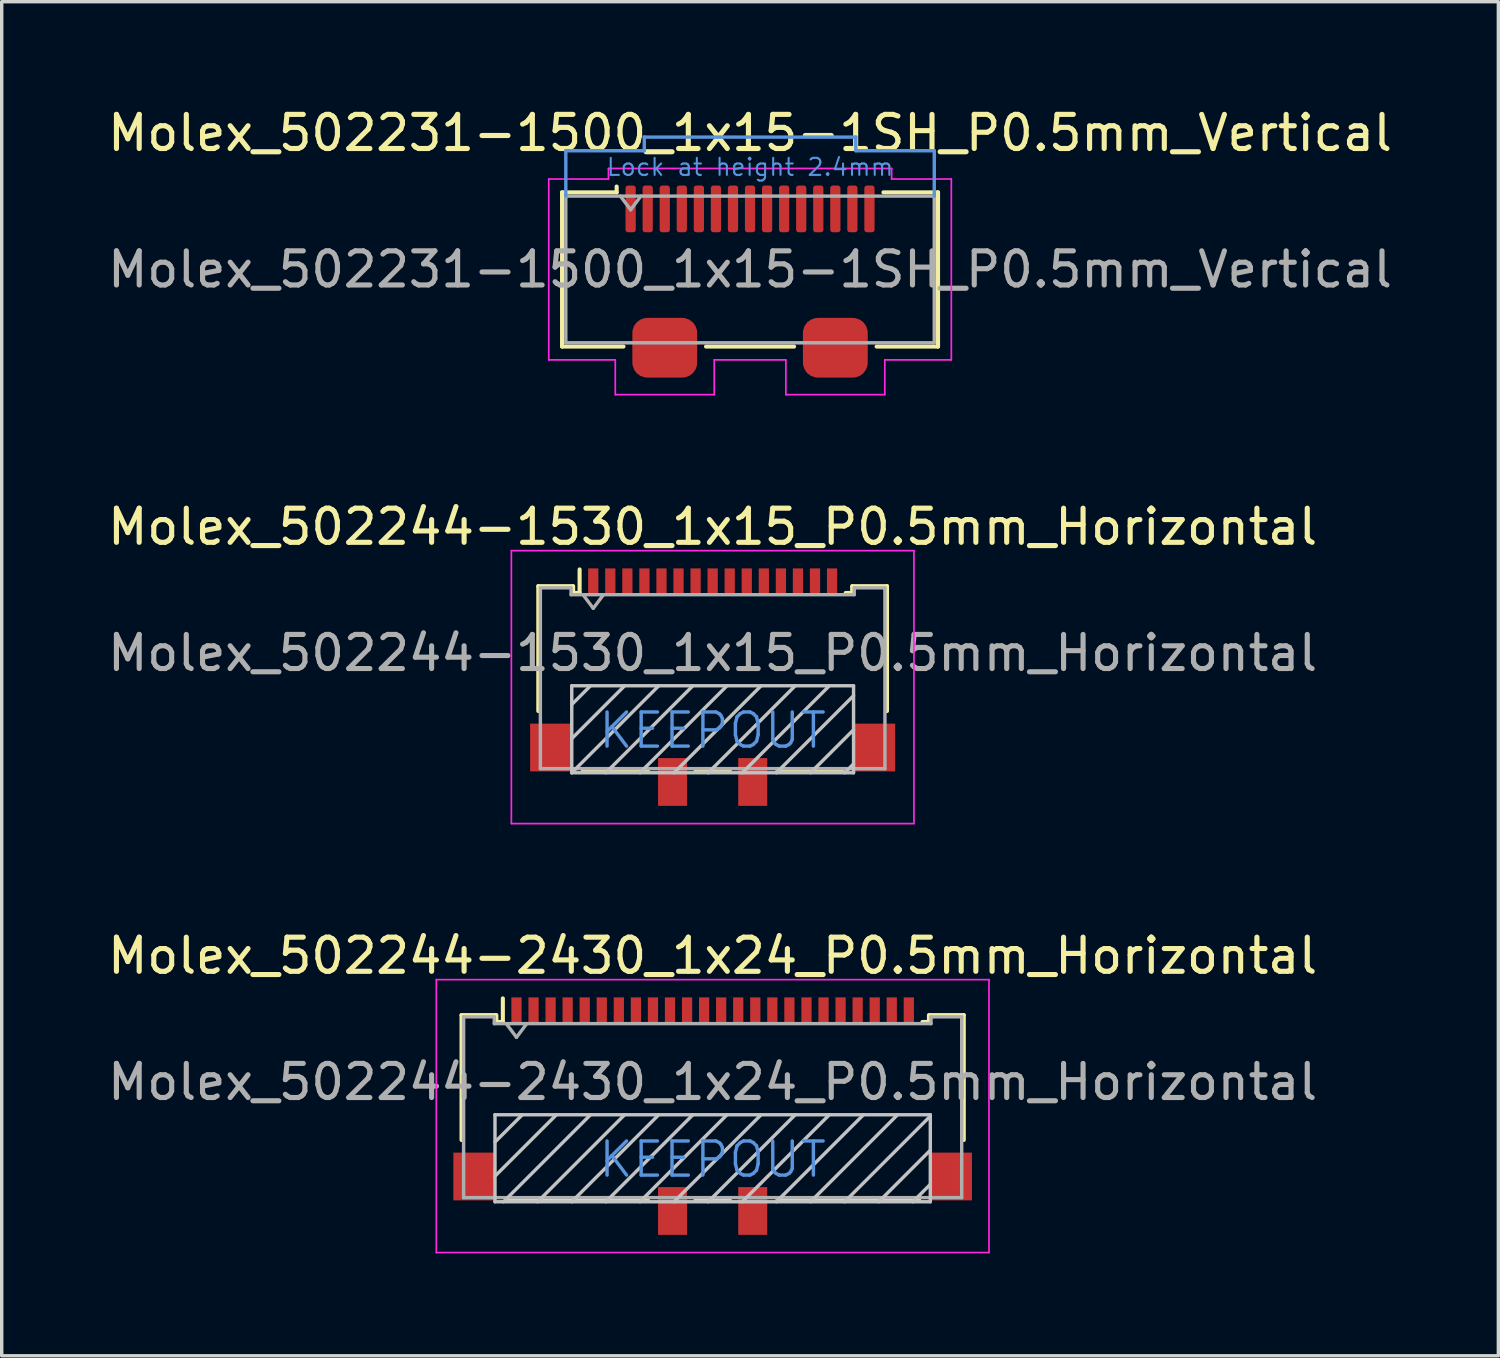
<source format=kicad_pcb>
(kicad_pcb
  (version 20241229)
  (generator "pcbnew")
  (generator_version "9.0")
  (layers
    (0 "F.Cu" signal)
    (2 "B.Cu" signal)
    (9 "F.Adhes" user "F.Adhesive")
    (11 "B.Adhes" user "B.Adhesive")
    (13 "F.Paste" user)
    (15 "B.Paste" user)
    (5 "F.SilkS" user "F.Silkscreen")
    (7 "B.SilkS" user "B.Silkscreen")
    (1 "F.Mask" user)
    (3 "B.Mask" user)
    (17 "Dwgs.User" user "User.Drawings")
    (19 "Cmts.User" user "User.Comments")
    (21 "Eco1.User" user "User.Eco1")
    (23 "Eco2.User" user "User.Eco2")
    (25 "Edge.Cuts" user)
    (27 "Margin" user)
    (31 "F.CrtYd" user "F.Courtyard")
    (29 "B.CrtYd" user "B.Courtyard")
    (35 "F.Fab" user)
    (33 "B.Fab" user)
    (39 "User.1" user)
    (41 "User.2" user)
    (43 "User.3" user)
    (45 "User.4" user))
  (footprint "Molex_502244-2430_1x24_P0.5mm_Horizontal"
    (layer "F.Cu")
    (at 17.839 29.665)
    (property "Reference" "Molex_502244-2430_1x24_P0.5mm_Horizontal" (at 0 -4.7 0) (layer "F.SilkS") (effects (font (size 1 1) (thickness 0.15))))
    (attr smd)
    (fp_line (start -7.36 -2.96) (end -6.35 -2.96) (stroke (width 0.12) (type solid)) (layer "F.SilkS"))
    (fp_line (start -7.36 0.7) (end -7.36 -2.96) (stroke (width 0.12) (type solid)) (layer "F.SilkS"))
    (fp_line (start -6.34 -2.76) (end -6.34 -2.96) (stroke (width 0.12) (type solid)) (layer "F.SilkS"))
    (fp_line (start -6.34 -2.76) (end -6.15 -2.76) (stroke (width 0.12) (type solid)) (layer "F.SilkS"))
    (fp_line (start -6.15 -2.76) (end -6.15 -3.45) (stroke (width 0.12) (type solid)) (layer "F.SilkS"))
    (fp_line (start -6.05 2.45) (end -1.9 2.45) (stroke (width 0.12) (type solid)) (layer "F.SilkS"))
    (fp_line (start -0.5 2.45) (end 0.5 2.45) (stroke (width 0.12) (type solid)) (layer "F.SilkS"))
    (fp_line (start 1.9 2.45) (end 6.05 2.45) (stroke (width 0.12) (type solid)) (layer "F.SilkS"))
    (fp_line (start 6.34 -2.96) (end 6.34 -2.76) (stroke (width 0.12) (type solid)) (layer "F.SilkS"))
    (fp_line (start 6.34 -2.76) (end 6.15 -2.76) (stroke (width 0.12) (type solid)) (layer "F.SilkS"))
    (fp_line (start 6.35 -2.96) (end 7.36 -2.96) (stroke (width 0.12) (type solid)) (layer "F.SilkS"))
    (fp_line (start 7.36 -2.96) (end 7.36 0.7) (stroke (width 0.12) (type solid)) (layer "F.SilkS"))
    (fp_line (start -6.38 -0.04) (end 6.38 -0.04) (stroke (width 0.1) (type solid)) (layer "Dwgs.User"))
    (fp_line (start -6.38 0.76) (end -5.58 -0.04) (stroke (width 0.1) (type solid)) (layer "Dwgs.User"))
    (fp_line (start -6.38 1.76) (end -4.58 -0.04) (stroke (width 0.1) (type solid)) (layer "Dwgs.User"))
    (fp_line (start -6.38 2.51) (end -6.38 -0.04) (stroke (width 0.1) (type solid)) (layer "Dwgs.User"))
    (fp_line (start -6.13 2.51) (end -3.58 -0.04) (stroke (width 0.1) (type solid)) (layer "Dwgs.User"))
    (fp_line (start -5.13 2.51) (end -2.58 -0.04) (stroke (width 0.1) (type solid)) (layer "Dwgs.User"))
    (fp_line (start -4.13 2.51) (end -1.58 -0.04) (stroke (width 0.1) (type solid)) (layer "Dwgs.User"))
    (fp_line (start -3.13 2.51) (end -0.58 -0.04) (stroke (width 0.1) (type solid)) (layer "Dwgs.User"))
    (fp_line (start -2.13 2.51) (end 0.42 -0.04) (stroke (width 0.1) (type solid)) (layer "Dwgs.User"))
    (fp_line (start -1.13 2.51) (end 1.42 -0.04) (stroke (width 0.1) (type solid)) (layer "Dwgs.User"))
    (fp_line (start -0.13 2.51) (end 2.42 -0.04) (stroke (width 0.1) (type solid)) (layer "Dwgs.User"))
    (fp_line (start 0.87 2.51) (end 3.42 -0.04) (stroke (width 0.1) (type solid)) (layer "Dwgs.User"))
    (fp_line (start 1.87 2.51) (end 4.42 -0.04) (stroke (width 0.1) (type solid)) (layer "Dwgs.User"))
    (fp_line (start 2.87 2.51) (end 5.42 -0.04) (stroke (width 0.1) (type solid)) (layer "Dwgs.User"))
    (fp_line (start 3.87 2.51) (end 6.38 0) (stroke (width 0.1) (type solid)) (layer "Dwgs.User"))
    (fp_line (start 4.87 2.51) (end 6.38 1) (stroke (width 0.1) (type solid)) (layer "Dwgs.User"))
    (fp_line (start 5.87 2.51) (end 6.38 2) (stroke (width 0.1) (type solid)) (layer "Dwgs.User"))
    (fp_line (start 6.38 -0.04) (end 6.38 2.51) (stroke (width 0.1) (type solid)) (layer "Dwgs.User"))
    (fp_line (start 6.38 2.51) (end -6.38 2.51) (stroke (width 0.1) (type solid)) (layer "Dwgs.User"))
    (fp_line (start -8.1 -4) (end 8.1 -4) (stroke (width 0.05) (type solid)) (layer "F.CrtYd"))
    (fp_line (start -8.1 4) (end -8.1 -4) (stroke (width 0.05) (type solid)) (layer "F.CrtYd"))
    (fp_line (start 8.1 -4) (end 8.1 4) (stroke (width 0.05) (type solid)) (layer "F.CrtYd"))
    (fp_line (start 8.1 4) (end -8.1 4) (stroke (width 0.05) (type solid)) (layer "F.CrtYd"))
    (fp_line (start -7.3 -2.91) (end -7.3 2.39) (stroke (width 0.1) (type solid)) (layer "F.Fab"))
    (fp_line (start -7.3 2.39) (end 7.3 2.39) (stroke (width 0.1) (type solid)) (layer "F.Fab"))
    (fp_line (start -6.4 -2.91) (end -7.3 -2.91) (stroke (width 0.1) (type solid)) (layer "F.Fab"))
    (fp_line (start -6.4 -2.71) (end -6.4 -2.91) (stroke (width 0.1) (type solid)) (layer "F.Fab"))
    (fp_line (start -6.05 -2.71) (end -5.75 -2.31) (stroke (width 0.1) (type solid)) (layer "F.Fab"))
    (fp_line (start -5.75 -2.31) (end -5.45 -2.71) (stroke (width 0.1) (type solid)) (layer "F.Fab"))
    (fp_line (start 6.4 -2.91) (end 6.4 -2.71) (stroke (width 0.1) (type solid)) (layer "F.Fab"))
    (fp_line (start 6.4 -2.71) (end -6.4 -2.71) (stroke (width 0.1) (type solid)) (layer "F.Fab"))
    (fp_line (start 7.3 -2.91) (end 6.4 -2.91) (stroke (width 0.1) (type solid)) (layer "F.Fab"))
    (fp_line (start 7.3 -2.91) (end 7.3 2.39) (stroke (width 0.1) (type solid)) (layer "F.Fab"))
    (fp_text user "KEEPOUT" (at 0 1.271 0) (layer "Cmts.User") (effects (font (size 1 1) (thickness 0.1))))
    (fp_text user "${REFERENCE}" (at 0 -1 0) (layer "F.Fab") (effects (font (size 1 1) (thickness 0.15))))
    (pad "" smd rect (at -6.99 1.77) (size 1.22 1.4) (layers "F.Cu" "F.Mask" "F.Paste"))
    (pad "" smd rect (at -1.175 2.78) (size 0.85 1.4) (layers "F.Cu" "F.Mask" "F.Paste"))
    (pad "" smd rect (at 1.175 2.78) (size 0.85 1.4) (layers "F.Cu" "F.Mask" "F.Paste"))
    (pad "" smd rect (at 6.99 1.77) (size 1.22 1.4) (layers "F.Cu" "F.Mask" "F.Paste"))
    (pad "1" smd rect (at -5.75 -3.08) (size 0.3 0.8) (layers "F.Cu" "F.Mask" "F.Paste"))
    (pad "2" smd rect (at -5.25 -3.08) (size 0.3 0.8) (layers "F.Cu" "F.Mask" "F.Paste"))
    (pad "3" smd rect (at -4.75 -3.08) (size 0.3 0.8) (layers "F.Cu" "F.Mask" "F.Paste"))
    (pad "4" smd rect (at -4.25 -3.08) (size 0.3 0.8) (layers "F.Cu" "F.Mask" "F.Paste"))
    (pad "5" smd rect (at -3.75 -3.08) (size 0.3 0.8) (layers "F.Cu" "F.Mask" "F.Paste"))
    (pad "6" smd rect (at -3.25 -3.08) (size 0.3 0.8) (layers "F.Cu" "F.Mask" "F.Paste"))
    (pad "7" smd rect (at -2.75 -3.08) (size 0.3 0.8) (layers "F.Cu" "F.Mask" "F.Paste"))
    (pad "8" smd rect (at -2.25 -3.08) (size 0.3 0.8) (layers "F.Cu" "F.Mask" "F.Paste"))
    (pad "9" smd rect (at -1.75 -3.08) (size 0.3 0.8) (layers "F.Cu" "F.Mask" "F.Paste"))
    (pad "10" smd rect (at -1.25 -3.08) (size 0.3 0.8) (layers "F.Cu" "F.Mask" "F.Paste"))
    (pad "11" smd rect (at -0.75 -3.08) (size 0.3 0.8) (layers "F.Cu" "F.Mask" "F.Paste"))
    (pad "12" smd rect (at -0.25 -3.08) (size 0.3 0.8) (layers "F.Cu" "F.Mask" "F.Paste"))
    (pad "13" smd rect (at 0.25 -3.08) (size 0.3 0.8) (layers "F.Cu" "F.Mask" "F.Paste"))
    (pad "14" smd rect (at 0.75 -3.08) (size 0.3 0.8) (layers "F.Cu" "F.Mask" "F.Paste"))
    (pad "15" smd rect (at 1.25 -3.08) (size 0.3 0.8) (layers "F.Cu" "F.Mask" "F.Paste"))
    (pad "16" smd rect (at 1.75 -3.08) (size 0.3 0.8) (layers "F.Cu" "F.Mask" "F.Paste"))
    (pad "17" smd rect (at 2.25 -3.08) (size 0.3 0.8) (layers "F.Cu" "F.Mask" "F.Paste"))
    (pad "18" smd rect (at 2.75 -3.08) (size 0.3 0.8) (layers "F.Cu" "F.Mask" "F.Paste"))
    (pad "19" smd rect (at 3.25 -3.08) (size 0.3 0.8) (layers "F.Cu" "F.Mask" "F.Paste"))
    (pad "20" smd rect (at 3.75 -3.08) (size 0.3 0.8) (layers "F.Cu" "F.Mask" "F.Paste"))
    (pad "21" smd rect (at 4.25 -3.08) (size 0.3 0.8) (layers "F.Cu" "F.Mask" "F.Paste"))
    (pad "22" smd rect (at 4.75 -3.08) (size 0.3 0.8) (layers "F.Cu" "F.Mask" "F.Paste"))
    (pad "23" smd rect (at 5.25 -3.08) (size 0.3 0.8) (layers "F.Cu" "F.Mask" "F.Paste"))
    (pad "24" smd rect (at 5.75 -3.08) (size 0.3 0.8) (layers "F.Cu" "F.Mask" "F.Paste")))
  (footprint "Molex_502244-1530_1x15_P0.5mm_Horizontal"
    (layer "F.Cu")
    (at 17.839 17.091)
    (property "Reference" "Molex_502244-1530_1x15_P0.5mm_Horizontal" (at 0 -4.7 0) (layer "F.SilkS") (effects (font (size 1 1) (thickness 0.15))))
    (attr smd)
    (fp_line (start -5.11 -2.96) (end -4.1 -2.96) (stroke (width 0.12) (type solid)) (layer "F.SilkS"))
    (fp_line (start -5.11 0.7) (end -5.11 -2.96) (stroke (width 0.12) (type solid)) (layer "F.SilkS"))
    (fp_line (start -4.09 -2.76) (end -4.09 -2.96) (stroke (width 0.12) (type solid)) (layer "F.SilkS"))
    (fp_line (start -4.09 -2.76) (end -3.9 -2.76) (stroke (width 0.12) (type solid)) (layer "F.SilkS"))
    (fp_line (start -3.9 -2.76) (end -3.9 -3.45) (stroke (width 0.12) (type solid)) (layer "F.SilkS"))
    (fp_line (start -3.8 2.45) (end -1.9 2.45) (stroke (width 0.12) (type solid)) (layer "F.SilkS"))
    (fp_line (start -0.5 2.45) (end 0.5 2.45) (stroke (width 0.12) (type solid)) (layer "F.SilkS"))
    (fp_line (start 1.9 2.45) (end 3.8 2.45) (stroke (width 0.12) (type solid)) (layer "F.SilkS"))
    (fp_line (start 4.09 -2.96) (end 4.09 -2.76) (stroke (width 0.12) (type solid)) (layer "F.SilkS"))
    (fp_line (start 4.09 -2.76) (end 3.9 -2.76) (stroke (width 0.12) (type solid)) (layer "F.SilkS"))
    (fp_line (start 4.1 -2.96) (end 5.11 -2.96) (stroke (width 0.12) (type solid)) (layer "F.SilkS"))
    (fp_line (start 5.11 -2.96) (end 5.11 0.7) (stroke (width 0.12) (type solid)) (layer "F.SilkS"))
    (fp_line (start -4.13 -0.04) (end 4.13 -0.04) (stroke (width 0.1) (type solid)) (layer "Dwgs.User"))
    (fp_line (start -4.13 0.51) (end -3.58 -0.04) (stroke (width 0.1) (type solid)) (layer "Dwgs.User"))
    (fp_line (start -4.13 1.51) (end -2.58 -0.04) (stroke (width 0.1) (type solid)) (layer "Dwgs.User"))
    (fp_line (start -4.13 2.51) (end -4.13 -0.04) (stroke (width 0.1) (type solid)) (layer "Dwgs.User"))
    (fp_line (start -4.13 2.51) (end -1.58 -0.04) (stroke (width 0.1) (type solid)) (layer "Dwgs.User"))
    (fp_line (start -3.13 2.51) (end -0.58 -0.04) (stroke (width 0.1) (type solid)) (layer "Dwgs.User"))
    (fp_line (start -2.13 2.51) (end 0.42 -0.04) (stroke (width 0.1) (type solid)) (layer "Dwgs.User"))
    (fp_line (start -1.13 2.51) (end 1.42 -0.04) (stroke (width 0.1) (type solid)) (layer "Dwgs.User"))
    (fp_line (start -0.13 2.51) (end 2.42 -0.04) (stroke (width 0.1) (type solid)) (layer "Dwgs.User"))
    (fp_line (start 0.87 2.51) (end 3.42 -0.04) (stroke (width 0.1) (type solid)) (layer "Dwgs.User"))
    (fp_line (start 1.87 2.51) (end 4.13 0.25) (stroke (width 0.1) (type solid)) (layer "Dwgs.User"))
    (fp_line (start 2.87 2.51) (end 4.13 1.25) (stroke (width 0.1) (type solid)) (layer "Dwgs.User"))
    (fp_line (start 3.87 2.51) (end 4.13 2.25) (stroke (width 0.1) (type solid)) (layer "Dwgs.User"))
    (fp_line (start 4.13 -0.04) (end 4.13 2.51) (stroke (width 0.1) (type solid)) (layer "Dwgs.User"))
    (fp_line (start 4.13 2.51) (end -4.13 2.51) (stroke (width 0.1) (type solid)) (layer "Dwgs.User"))
    (fp_line (start -5.9 -4) (end 5.9 -4) (stroke (width 0.05) (type solid)) (layer "F.CrtYd"))
    (fp_line (start -5.9 4) (end -5.9 -4) (stroke (width 0.05) (type solid)) (layer "F.CrtYd"))
    (fp_line (start 5.9 -4) (end 5.9 4) (stroke (width 0.05) (type solid)) (layer "F.CrtYd"))
    (fp_line (start 5.9 4) (end -5.9 4) (stroke (width 0.05) (type solid)) (layer "F.CrtYd"))
    (fp_line (start -5.05 -2.91) (end -5.05 2.39) (stroke (width 0.1) (type solid)) (layer "F.Fab"))
    (fp_line (start -5.05 2.39) (end 5.05 2.39) (stroke (width 0.1) (type solid)) (layer "F.Fab"))
    (fp_line (start -4.15 -2.91) (end -5.05 -2.91) (stroke (width 0.1) (type solid)) (layer "F.Fab"))
    (fp_line (start -4.15 -2.71) (end -4.15 -2.91) (stroke (width 0.1) (type solid)) (layer "F.Fab"))
    (fp_line (start -3.8 -2.71) (end -3.5 -2.31) (stroke (width 0.1) (type solid)) (layer "F.Fab"))
    (fp_line (start -3.5 -2.31) (end -3.2 -2.71) (stroke (width 0.1) (type solid)) (layer "F.Fab"))
    (fp_line (start 4.15 -2.91) (end 4.15 -2.71) (stroke (width 0.1) (type solid)) (layer "F.Fab"))
    (fp_line (start 4.15 -2.71) (end -4.15 -2.71) (stroke (width 0.1) (type solid)) (layer "F.Fab"))
    (fp_line (start 5.05 -2.91) (end 4.15 -2.91) (stroke (width 0.1) (type solid)) (layer "F.Fab"))
    (fp_line (start 5.05 -2.91) (end 5.05 2.39) (stroke (width 0.1) (type solid)) (layer "F.Fab"))
    (fp_text user "KEEPOUT" (at 0 1.271 0) (layer "Cmts.User") (effects (font (size 1 1) (thickness 0.1))))
    (fp_text user "${REFERENCE}" (at 0 -1 0) (layer "F.Fab") (effects (font (size 1 1) (thickness 0.15))))
    (pad "" smd rect (at -4.74 1.77) (size 1.22 1.4) (layers "F.Cu" "F.Mask" "F.Paste"))
    (pad "" smd rect (at -1.175 2.78) (size 0.85 1.4) (layers "F.Cu" "F.Mask" "F.Paste"))
    (pad "" smd rect (at 1.175 2.78) (size 0.85 1.4) (layers "F.Cu" "F.Mask" "F.Paste"))
    (pad "" smd rect (at 4.74 1.77) (size 1.22 1.4) (layers "F.Cu" "F.Mask" "F.Paste"))
    (pad "1" smd rect (at -3.5 -3.08) (size 0.3 0.8) (layers "F.Cu" "F.Mask" "F.Paste"))
    (pad "2" smd rect (at -3 -3.08) (size 0.3 0.8) (layers "F.Cu" "F.Mask" "F.Paste"))
    (pad "3" smd rect (at -2.5 -3.08) (size 0.3 0.8) (layers "F.Cu" "F.Mask" "F.Paste"))
    (pad "4" smd rect (at -2 -3.08) (size 0.3 0.8) (layers "F.Cu" "F.Mask" "F.Paste"))
    (pad "5" smd rect (at -1.5 -3.08) (size 0.3 0.8) (layers "F.Cu" "F.Mask" "F.Paste"))
    (pad "6" smd rect (at -1 -3.08) (size 0.3 0.8) (layers "F.Cu" "F.Mask" "F.Paste"))
    (pad "7" smd rect (at -0.5 -3.08) (size 0.3 0.8) (layers "F.Cu" "F.Mask" "F.Paste"))
    (pad "8" smd rect (at 0 -3.08) (size 0.3 0.8) (layers "F.Cu" "F.Mask" "F.Paste"))
    (pad "9" smd rect (at 0.5 -3.08) (size 0.3 0.8) (layers "F.Cu" "F.Mask" "F.Paste"))
    (pad "10" smd rect (at 1 -3.08) (size 0.3 0.8) (layers "F.Cu" "F.Mask" "F.Paste"))
    (pad "11" smd rect (at 1.5 -3.08) (size 0.3 0.8) (layers "F.Cu" "F.Mask" "F.Paste"))
    (pad "12" smd rect (at 2 -3.08) (size 0.3 0.8) (layers "F.Cu" "F.Mask" "F.Paste"))
    (pad "13" smd rect (at 2.5 -3.08) (size 0.3 0.8) (layers "F.Cu" "F.Mask" "F.Paste"))
    (pad "14" smd rect (at 3 -3.08) (size 0.3 0.8) (layers "F.Cu" "F.Mask" "F.Paste"))
    (pad "15" smd rect (at 3.5 -3.08) (size 0.3 0.8) (layers "F.Cu" "F.Mask" "F.Paste")))
  (footprint "Molex_502231-1500_1x15-1SH_P0.5mm_Vertical"
    (layer "F.Cu")
    (at 18.935 4.848)
    (property "Reference" "Molex_502231-1500_1x15-1SH_P0.5mm_Vertical" (at 0 -4 0) (layer "F.SilkS") (effects (font (size 1 1) (thickness 0.15))))
    (attr smd)
    (fp_line (start -5.51 2.26) (end -5.51 -2.26) (stroke (width 0.12) (type solid)) (layer "F.SilkS"))
    (fp_line (start -3.91 -2.26) (end -5.51 -2.26) (stroke (width 0.12) (type solid)) (layer "F.SilkS"))
    (fp_line (start -3.91 -2.26) (end -3.91 -2.43) (stroke (width 0.12) (type solid)) (layer "F.SilkS"))
    (fp_line (start -3.71 2.26) (end -5.51 2.26) (stroke (width 0.12) (type solid)) (layer "F.SilkS"))
    (fp_line (start -1.29 2.26) (end 1.29 2.26) (stroke (width 0.12) (type solid)) (layer "F.SilkS"))
    (fp_line (start 3.71 2.26) (end 5.51 2.26) (stroke (width 0.12) (type solid)) (layer "F.SilkS"))
    (fp_line (start 3.91 -2.26) (end 5.51 -2.26) (stroke (width 0.12) (type solid)) (layer "F.SilkS"))
    (fp_line (start 5.51 2.26) (end 5.51 -2.26) (stroke (width 0.12) (type solid)) (layer "F.SilkS"))
    (fp_line (start -5.4 -3.48) (end -5.4 -2.15) (stroke (width 0.1) (type solid)) (layer "Cmts.User"))
    (fp_line (start -3.1 -3.88) (end -3.1 -3.48) (stroke (width 0.1) (type solid)) (layer "Cmts.User"))
    (fp_line (start -3.1 -3.88) (end 3.1 -3.88) (stroke (width 0.1) (type solid)) (layer "Cmts.User"))
    (fp_line (start -3.1 -3.48) (end -5.4 -3.48) (stroke (width 0.1) (type solid)) (layer "Cmts.User"))
    (fp_line (start 3.1 -3.88) (end 3.1 -3.48) (stroke (width 0.1) (type solid)) (layer "Cmts.User"))
    (fp_line (start 3.1 -3.48) (end 5.4 -3.48) (stroke (width 0.1) (type solid)) (layer "Cmts.User"))
    (fp_line (start 5.4 -3.48) (end 5.4 -2.15) (stroke (width 0.1) (type solid)) (layer "Cmts.User"))
    (fp_line (start -5.9 -2.65) (end -4.15 -2.65) (stroke (width 0.05) (type solid)) (layer "F.CrtYd"))
    (fp_line (start -5.9 2.65) (end -5.9 -2.65) (stroke (width 0.05) (type solid)) (layer "F.CrtYd"))
    (fp_line (start -4.15 -2.65) (end -4.15 -2.96) (stroke (width 0.05) (type solid)) (layer "F.CrtYd"))
    (fp_line (start -3.95 2.65) (end -5.9 2.65) (stroke (width 0.05) (type solid)) (layer "F.CrtYd"))
    (fp_line (start -3.95 2.65) (end -3.95 3.67) (stroke (width 0.05) (type solid)) (layer "F.CrtYd"))
    (fp_line (start -1.05 2.65) (end -1.05 3.67) (stroke (width 0.05) (type solid)) (layer "F.CrtYd"))
    (fp_line (start -1.05 3.67) (end -3.95 3.67) (stroke (width 0.05) (type solid)) (layer "F.CrtYd"))
    (fp_line (start 1.05 2.65) (end -1.05 2.65) (stroke (width 0.05) (type solid)) (layer "F.CrtYd"))
    (fp_line (start 1.05 2.65) (end 1.05 3.67) (stroke (width 0.05) (type solid)) (layer "F.CrtYd"))
    (fp_line (start 1.05 3.67) (end 3.95 3.67) (stroke (width 0.05) (type solid)) (layer "F.CrtYd"))
    (fp_line (start 3.95 2.65) (end 3.95 3.67) (stroke (width 0.05) (type solid)) (layer "F.CrtYd"))
    (fp_line (start 3.95 2.65) (end 5.9 2.65) (stroke (width 0.05) (type solid)) (layer "F.CrtYd"))
    (fp_line (start 4.15 -2.96) (end -4.15 -2.96) (stroke (width 0.05) (type solid)) (layer "F.CrtYd"))
    (fp_line (start 4.15 -2.65) (end 4.15 -2.96) (stroke (width 0.05) (type solid)) (layer "F.CrtYd"))
    (fp_line (start 5.9 -2.65) (end 4.15 -2.65) (stroke (width 0.05) (type solid)) (layer "F.CrtYd"))
    (fp_line (start 5.9 2.65) (end 5.9 -2.65) (stroke (width 0.05) (type solid)) (layer "F.CrtYd"))
    (fp_line (start -5.4 -2.15) (end -5.4 2.15) (stroke (width 0.1) (type solid)) (layer "F.Fab"))
    (fp_line (start -5.4 -2.15) (end 5.4 -2.15) (stroke (width 0.1) (type solid)) (layer "F.Fab"))
    (fp_line (start -5.4 2.15) (end 5.4 2.15) (stroke (width 0.1) (type solid)) (layer "F.Fab"))
    (fp_line (start -3.8 -2.15) (end -3.5 -1.75) (stroke (width 0.1) (type solid)) (layer "F.Fab"))
    (fp_line (start -3.5 -1.75) (end -3.2 -2.15) (stroke (width 0.1) (type solid)) (layer "F.Fab"))
    (fp_line (start 5.4 -2.15) (end 5.4 2.15) (stroke (width 0.1) (type solid)) (layer "F.Fab"))
    (fp_text user "Lock at height 2.4mm" (at 0 -3 0) (layer "Cmts.User") (effects (font (size 0.5 0.5) (thickness 0.06))))
    (fp_text user "${REFERENCE}" (at 0 0 0) (layer "F.Fab") (effects (font (size 1 1) (thickness 0.15))))
    (pad "1" smd roundrect (at -3.5 -1.775) (size 0.3 1.37) (layers "F.Cu" "F.Mask" "F.Paste") (roundrect_rratio 0.25))
    (pad "2" smd roundrect (at -3 -1.775) (size 0.3 1.37) (layers "F.Cu" "F.Mask" "F.Paste") (roundrect_rratio 0.25))
    (pad "3" smd roundrect (at -2.5 -1.775) (size 0.3 1.37) (layers "F.Cu" "F.Mask" "F.Paste") (roundrect_rratio 0.25))
    (pad "4" smd roundrect (at -2 -1.775) (size 0.3 1.37) (layers "F.Cu" "F.Mask" "F.Paste") (roundrect_rratio 0.25))
    (pad "5" smd roundrect (at -1.5 -1.775) (size 0.3 1.37) (layers "F.Cu" "F.Mask" "F.Paste") (roundrect_rratio 0.25))
    (pad "6" smd roundrect (at -1 -1.775) (size 0.3 1.37) (layers "F.Cu" "F.Mask" "F.Paste") (roundrect_rratio 0.25))
    (pad "7" smd roundrect (at -0.5 -1.775) (size 0.3 1.37) (layers "F.Cu" "F.Mask" "F.Paste") (roundrect_rratio 0.25))
    (pad "8" smd roundrect (at 0 -1.775) (size 0.3 1.37) (layers "F.Cu" "F.Mask" "F.Paste") (roundrect_rratio 0.25))
    (pad "9" smd roundrect (at 0.5 -1.775) (size 0.3 1.37) (layers "F.Cu" "F.Mask" "F.Paste") (roundrect_rratio 0.25))
    (pad "10" smd roundrect (at 1 -1.775) (size 0.3 1.37) (layers "F.Cu" "F.Mask" "F.Paste") (roundrect_rratio 0.25))
    (pad "11" smd roundrect (at 1.5 -1.775) (size 0.3 1.37) (layers "F.Cu" "F.Mask" "F.Paste") (roundrect_rratio 0.25))
    (pad "12" smd roundrect (at 2 -1.775) (size 0.3 1.37) (layers "F.Cu" "F.Mask" "F.Paste") (roundrect_rratio 0.25))
    (pad "13" smd roundrect (at 2.5 -1.775) (size 0.3 1.37) (layers "F.Cu" "F.Mask" "F.Paste") (roundrect_rratio 0.25))
    (pad "14" smd roundrect (at 3 -1.775) (size 0.3 1.37) (layers "F.Cu" "F.Mask" "F.Paste") (roundrect_rratio 0.25))
    (pad "15" smd roundrect (at 3.5 -1.775) (size 0.3 1.37) (layers "F.Cu" "F.Mask" "F.Paste") (roundrect_rratio 0.25))
    (pad "SH" smd roundrect (at -2.5 2.295) (size 1.9 1.75) (layers "F.Cu" "F.Mask" "F.Paste") (roundrect_rratio 0.25))
    (pad "SH" smd roundrect (at 2.5 2.295) (size 1.9 1.75) (layers "F.Cu" "F.Mask" "F.Paste") (roundrect_rratio 0.25)))
  (gr_rect
    (start -3 -3)
    (end 40.869 36.69)
    (stroke (width 0.1) (type default))
    (fill no)
    (layer "Edge.Cuts")))
</source>
